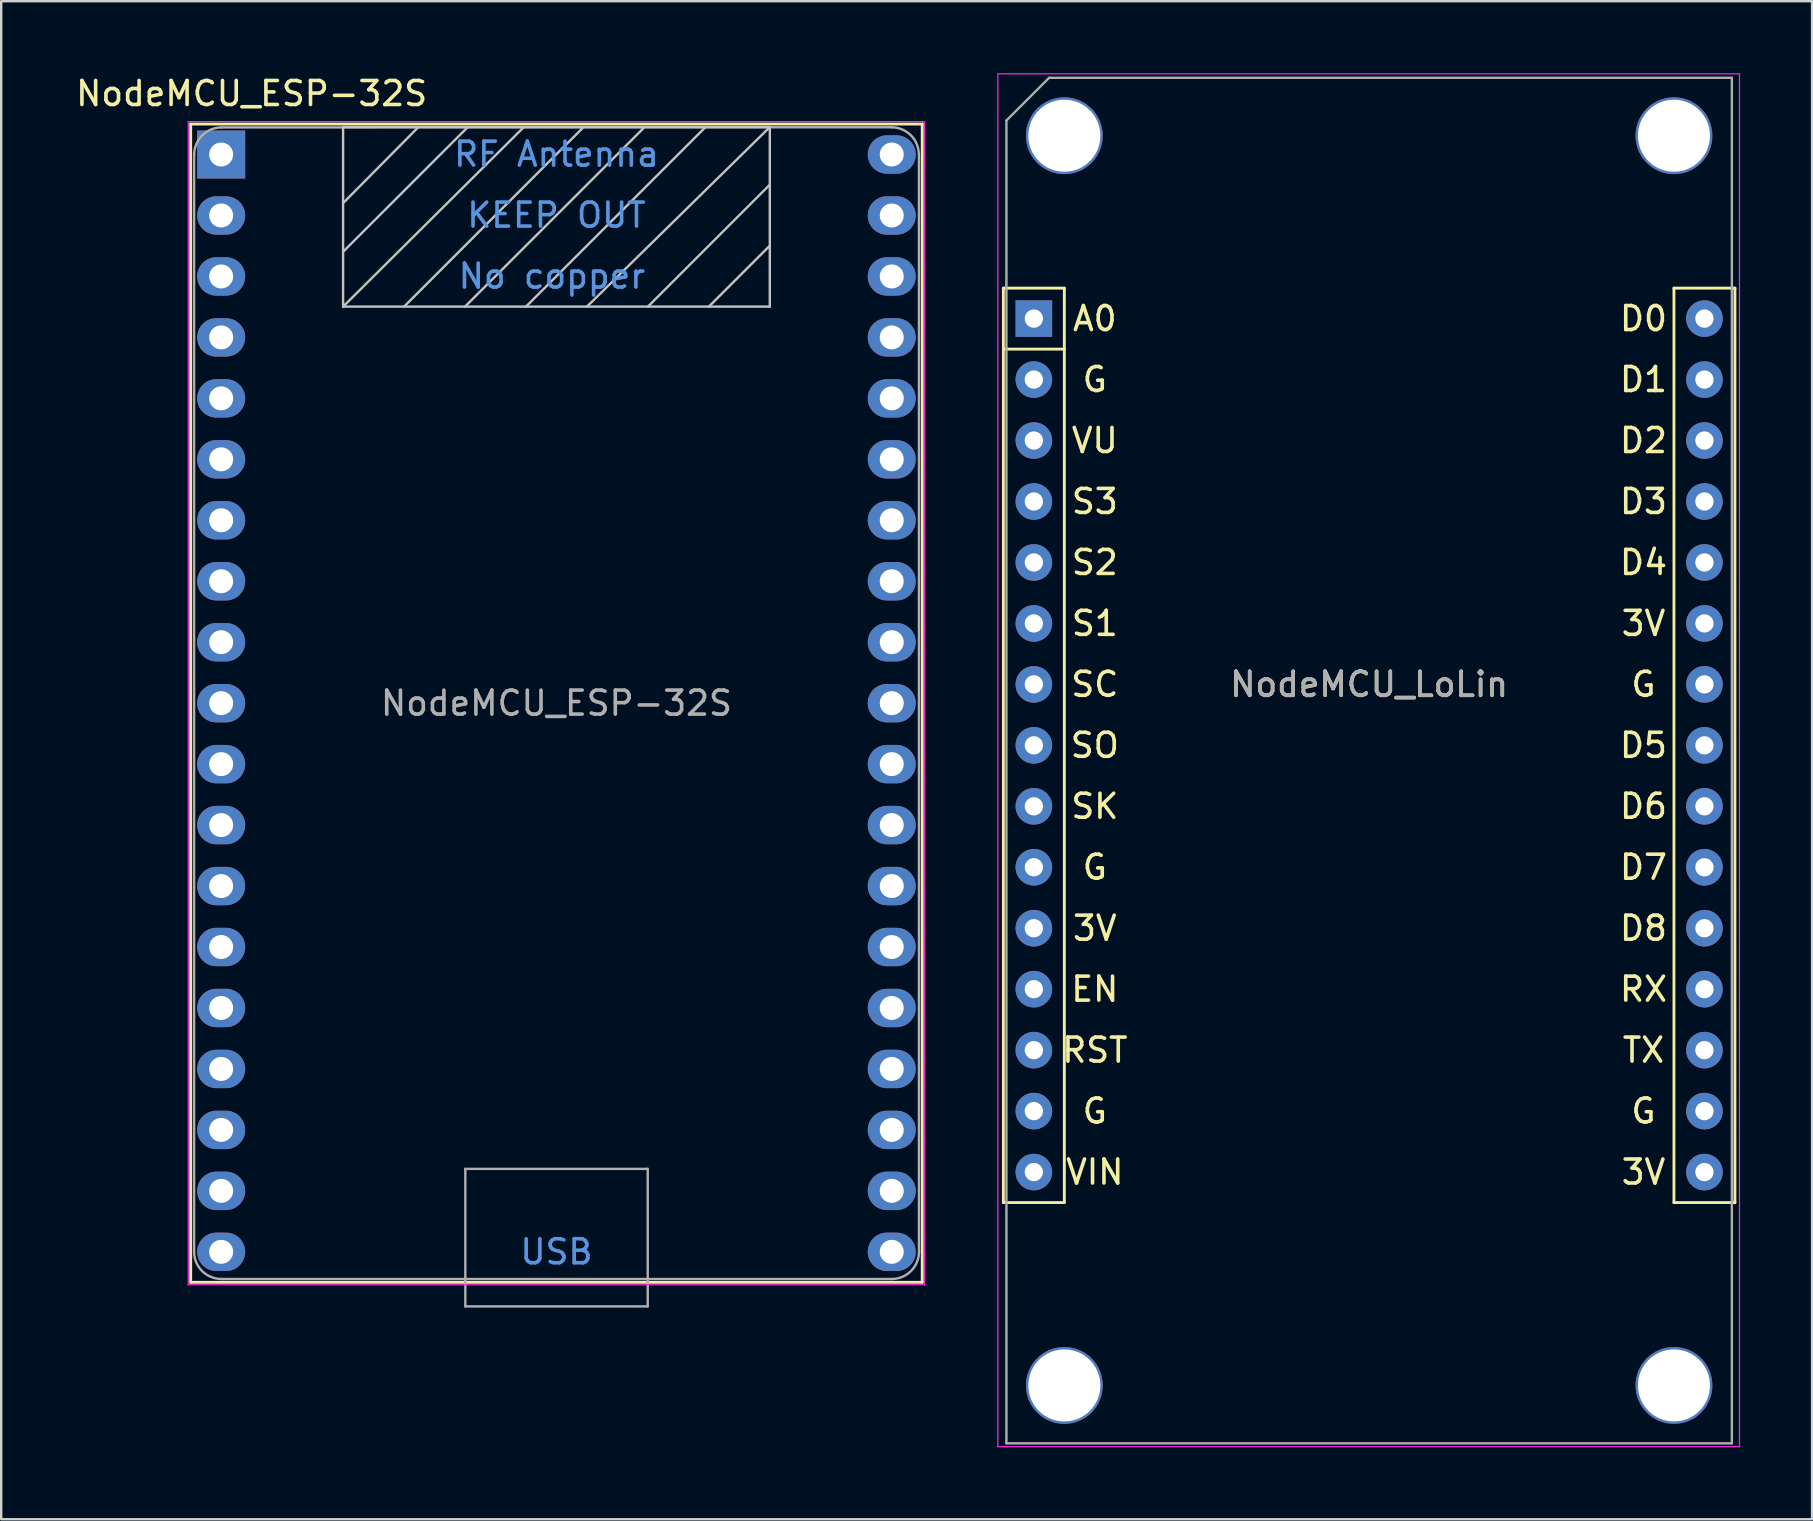
<source format=kicad_pcb>
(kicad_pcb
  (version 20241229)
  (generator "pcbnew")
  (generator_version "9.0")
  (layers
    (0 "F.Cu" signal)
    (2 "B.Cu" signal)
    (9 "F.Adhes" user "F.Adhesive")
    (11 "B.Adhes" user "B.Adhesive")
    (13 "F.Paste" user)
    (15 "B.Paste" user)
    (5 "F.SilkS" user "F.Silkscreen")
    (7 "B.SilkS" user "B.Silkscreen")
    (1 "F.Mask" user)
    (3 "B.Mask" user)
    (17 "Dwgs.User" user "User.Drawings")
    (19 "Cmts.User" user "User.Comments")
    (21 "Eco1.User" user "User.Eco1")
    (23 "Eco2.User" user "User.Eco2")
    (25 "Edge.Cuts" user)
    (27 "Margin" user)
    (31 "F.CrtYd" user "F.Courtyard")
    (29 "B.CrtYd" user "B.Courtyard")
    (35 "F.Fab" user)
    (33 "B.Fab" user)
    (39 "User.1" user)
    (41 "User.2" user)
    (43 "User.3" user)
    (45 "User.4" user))
  (footprint "NodeMCU_LoLin"
    (layer "F.Cu")
    (at 40.026 10.225)
    (property "Reference" "NodeMCU_LoLin" (at 13.97 15.24 0) (layer "F.SilkS") (effects (font (size 1 1) (thickness 0.15))))
    (attr through_hole)
    (fp_line (start -1.27 -1.27) (end 1.27 -1.27) (stroke (width 0.12) (type solid)) (layer "F.SilkS"))
    (fp_line (start -1.27 1.27) (end 1.27 1.27) (stroke (width 0.12) (type solid)) (layer "F.SilkS"))
    (fp_line (start -1.27 36.83) (end -1.27 -1.27) (stroke (width 0.12) (type solid)) (layer "F.SilkS"))
    (fp_line (start 1.27 -1.27) (end 1.27 36.83) (stroke (width 0.12) (type solid)) (layer "F.SilkS"))
    (fp_line (start 1.27 36.83) (end -1.27 36.83) (stroke (width 0.12) (type solid)) (layer "F.SilkS"))
    (fp_line (start 26.67 -1.27) (end 29.21 -1.27) (stroke (width 0.12) (type solid)) (layer "F.SilkS"))
    (fp_line (start 26.67 36.83) (end 26.67 -1.27) (stroke (width 0.12) (type solid)) (layer "F.SilkS"))
    (fp_line (start 29.21 -1.27) (end 29.21 36.83) (stroke (width 0.12) (type solid)) (layer "F.SilkS"))
    (fp_line (start 29.21 36.83) (end 26.67 36.83) (stroke (width 0.12) (type solid)) (layer "F.SilkS"))
    (fp_line (start -1.5 -10.2) (end -1.5 47) (stroke (width 0.05) (type solid)) (layer "F.CrtYd"))
    (fp_line (start -1.5 47) (end 29.4 47) (stroke (width 0.05) (type solid)) (layer "F.CrtYd"))
    (fp_line (start 29.4 -10.2) (end -1.5 -10.2) (stroke (width 0.05) (type solid)) (layer "F.CrtYd"))
    (fp_line (start 29.4 47) (end 29.4 -10.2) (stroke (width 0.05) (type solid)) (layer "F.CrtYd"))
    (fp_line (start -1.143 -8.255) (end -1.143 46.863) (stroke (width 0.1) (type solid)) (layer "F.Fab"))
    (fp_line (start -1.143 -8.255) (end 0.635 -10.033) (stroke (width 0.1) (type solid)) (layer "F.Fab"))
    (fp_line (start -1.143 46.863) (end 29.083 46.863) (stroke (width 0.1) (type solid)) (layer "F.Fab"))
    (fp_line (start 29.083 -10.033) (end 0.635 -10.033) (stroke (width 0.1) (type solid)) (layer "F.Fab"))
    (fp_line (start 29.083 46.863) (end 29.083 -10.033) (stroke (width 0.1) (type solid)) (layer "F.Fab"))
    (fp_text user "VU" (at 2.54 5.08 0) (layer "F.SilkS") (effects (font (size 1 1) (thickness 0.15))))
    (fp_text user "G" (at 25.4 15.24 0) (layer "F.SilkS") (effects (font (size 1 1) (thickness 0.15))))
    (fp_text user "G" (at 2.54 2.54 0) (layer "F.SilkS") (effects (font (size 1 1) (thickness 0.15))))
    (fp_text user "S1" (at 2.54 12.7 0) (layer "F.SilkS") (effects (font (size 1 1) (thickness 0.15))))
    (fp_text user "3V" (at 2.54 25.4 0) (layer "F.SilkS") (effects (font (size 1 1) (thickness 0.15))))
    (fp_text user "EN" (at 2.54 27.94 0) (layer "F.SilkS") (effects (font (size 1 1) (thickness 0.15))))
    (fp_text user "VIN" (at 2.54 35.56 0) (layer "F.SilkS") (effects (font (size 1 1) (thickness 0.15))))
    (fp_text user "3V" (at 25.4 35.56 0) (layer "F.SilkS") (effects (font (size 1 1) (thickness 0.15))))
    (fp_text user "G" (at 2.54 33.02 0) (layer "F.SilkS") (effects (font (size 1 1) (thickness 0.15))))
    (fp_text user "SC" (at 2.54 15.24 0) (layer "F.SilkS") (effects (font (size 1 1) (thickness 0.15))))
    (fp_text user "SO" (at 2.54 17.78 0) (layer "F.SilkS") (effects (font (size 1 1) (thickness 0.15))))
    (fp_text user "D8" (at 25.4 25.4 0) (layer "F.SilkS") (effects (font (size 1 1) (thickness 0.15))))
    (fp_text user "D6" (at 25.4 20.32 0) (layer "F.SilkS") (effects (font (size 1 1) (thickness 0.15))))
    (fp_text user "D2" (at 25.4 5.08 0) (layer "F.SilkS") (effects (font (size 1 1) (thickness 0.15))))
    (fp_text user "D3" (at 25.4 7.62 0) (layer "F.SilkS") (effects (font (size 1 1) (thickness 0.15))))
    (fp_text user "A0" (at 2.54 0 0) (layer "F.SilkS") (effects (font (size 1 1) (thickness 0.15))))
    (fp_text user "G" (at 2.54 22.86 0) (layer "F.SilkS") (effects (font (size 1 1) (thickness 0.15))))
    (fp_text user "RX" (at 25.4 27.94 0) (layer "F.SilkS") (effects (font (size 1 1) (thickness 0.15))))
    (fp_text user "S2" (at 2.54 10.16 0) (layer "F.SilkS") (effects (font (size 1 1) (thickness 0.15))))
    (fp_text user "3V" (at 25.4 12.7 0) (layer "F.SilkS") (effects (font (size 1 1) (thickness 0.15))))
    (fp_text user "D1" (at 25.4 2.54 0) (layer "F.SilkS") (effects (font (size 1 1) (thickness 0.15))))
    (fp_text user "D0" (at 25.4 0 0) (layer "F.SilkS") (effects (font (size 1 1) (thickness 0.15))))
    (fp_text user "SK" (at 2.54 20.32 0) (layer "F.SilkS") (effects (font (size 1 1) (thickness 0.15))))
    (fp_text user "G" (at 25.4 33.02 0) (layer "F.SilkS") (effects (font (size 1 1) (thickness 0.15))))
    (fp_text user "RST" (at 2.54 30.48 0) (layer "F.SilkS") (effects (font (size 1 1) (thickness 0.15))))
    (fp_text user "D7" (at 25.4 22.86 0) (layer "F.SilkS") (effects (font (size 1 1) (thickness 0.15))))
    (fp_text user "TX" (at 25.4 30.48 0) (layer "F.SilkS") (effects (font (size 1 1) (thickness 0.15))))
    (fp_text user "S3" (at 2.54 7.62 0) (layer "F.SilkS") (effects (font (size 1 1) (thickness 0.15))))
    (fp_text user "D4" (at 25.4 10.16 0) (layer "F.SilkS") (effects (font (size 1 1) (thickness 0.15))))
    (fp_text user "D5" (at 25.4 17.78 0) (layer "F.SilkS") (effects (font (size 1 1) (thickness 0.15))))
    (fp_text user "${REFERENCE}" (at 13.97 15.24 0) (layer "F.Fab") (effects (font (size 1 1) (thickness 0.15))))
    (pad "" np_thru_hole circle (at 1.27 -7.62) (size 3.2 3.2) (drill 3) (layers "*.Cu" "*.Mask"))
    (pad "" np_thru_hole circle (at 1.27 44.45) (size 3.2 3.2) (drill 3) (layers "*.Cu" "*.Mask"))
    (pad "" np_thru_hole circle (at 26.67 -7.62) (size 3.2 3.2) (drill 3) (layers "*.Cu" "*.Mask"))
    (pad "" np_thru_hole circle (at 26.67 44.45) (size 3.2 3.2) (drill 3) (layers "*.Cu" "*.Mask"))
    (pad "1" thru_hole rect (at 0 0) (size 1.524 1.524) (drill 0.762) (layers "*.Cu" "*.Mask"))
    (pad "2" thru_hole circle (at 0 2.54) (size 1.524 1.524) (drill 0.762) (layers "*.Cu" "*.Mask"))
    (pad "3" thru_hole circle (at 0 5.08) (size 1.524 1.524) (drill 0.762) (layers "*.Cu" "*.Mask"))
    (pad "4" thru_hole circle (at 0 7.62) (size 1.524 1.524) (drill 0.762) (layers "*.Cu" "*.Mask"))
    (pad "5" thru_hole circle (at 0 10.16) (size 1.524 1.524) (drill 0.762) (layers "*.Cu" "*.Mask"))
    (pad "6" thru_hole circle (at 0 12.7) (size 1.524 1.524) (drill 0.762) (layers "*.Cu" "*.Mask"))
    (pad "7" thru_hole circle (at 0 15.24) (size 1.524 1.524) (drill 0.762) (layers "*.Cu" "*.Mask"))
    (pad "8" thru_hole circle (at 0 17.78) (size 1.524 1.524) (drill 0.762) (layers "*.Cu" "*.Mask"))
    (pad "9" thru_hole circle (at 0 20.32) (size 1.524 1.524) (drill 0.762) (layers "*.Cu" "*.Mask"))
    (pad "10" thru_hole circle (at 0 22.86) (size 1.524 1.524) (drill 0.762) (layers "*.Cu" "*.Mask"))
    (pad "11" thru_hole circle (at 0 25.4) (size 1.524 1.524) (drill 0.762) (layers "*.Cu" "*.Mask"))
    (pad "12" thru_hole circle (at 0 27.94) (size 1.524 1.524) (drill 0.762) (layers "*.Cu" "*.Mask"))
    (pad "13" thru_hole circle (at 0 30.48) (size 1.524 1.524) (drill 0.762) (layers "*.Cu" "*.Mask"))
    (pad "14" thru_hole circle (at 0 33.02) (size 1.524 1.524) (drill 0.762) (layers "*.Cu" "*.Mask"))
    (pad "15" thru_hole circle (at 0 35.56) (size 1.524 1.524) (drill 0.762) (layers "*.Cu" "*.Mask"))
    (pad "16" thru_hole circle (at 27.94 35.56) (size 1.524 1.524) (drill 0.762) (layers "*.Cu" "*.Mask"))
    (pad "17" thru_hole circle (at 27.94 33.02) (size 1.524 1.524) (drill 0.762) (layers "*.Cu" "*.Mask"))
    (pad "18" thru_hole circle (at 27.94 30.48) (size 1.524 1.524) (drill 0.762) (layers "*.Cu" "*.Mask"))
    (pad "19" thru_hole circle (at 27.94 27.94) (size 1.524 1.524) (drill 0.762) (layers "*.Cu" "*.Mask"))
    (pad "20" thru_hole circle (at 27.94 25.4) (size 1.524 1.524) (drill 0.762) (layers "*.Cu" "*.Mask"))
    (pad "21" thru_hole circle (at 27.94 22.86) (size 1.524 1.524) (drill 0.762) (layers "*.Cu" "*.Mask"))
    (pad "22" thru_hole circle (at 27.94 20.32) (size 1.524 1.524) (drill 0.762) (layers "*.Cu" "*.Mask"))
    (pad "23" thru_hole circle (at 27.94 17.78) (size 1.524 1.524) (drill 0.762) (layers "*.Cu" "*.Mask"))
    (pad "24" thru_hole circle (at 27.94 15.24) (size 1.524 1.524) (drill 0.762) (layers "*.Cu" "*.Mask"))
    (pad "25" thru_hole circle (at 27.94 12.7) (size 1.524 1.524) (drill 0.762) (layers "*.Cu" "*.Mask"))
    (pad "26" thru_hole circle (at 27.94 10.16) (size 1.524 1.524) (drill 0.762) (layers "*.Cu" "*.Mask"))
    (pad "27" thru_hole circle (at 27.94 7.62) (size 1.524 1.524) (drill 0.762) (layers "*.Cu" "*.Mask"))
    (pad "28" thru_hole circle (at 27.94 5.08) (size 1.524 1.524) (drill 0.762) (layers "*.Cu" "*.Mask"))
    (pad "29" thru_hole circle (at 27.94 2.54) (size 1.524 1.524) (drill 0.762) (layers "*.Cu" "*.Mask"))
    (pad "30" thru_hole circle (at 27.94 0) (size 1.524 1.524) (drill 0.762) (layers "*.Cu" "*.Mask")))
  (footprint "NodeMCU_ESP-32S"
    (layer "F.Cu")
    (at 6.165 3.388)
    (property "Reference" "NodeMCU_ESP-32S" (at 1.27 -2.54 0) (layer "F.SilkS") (effects (font (size 1 1) (thickness 0.15))))
    (attr through_hole)
    (fp_line (start -1.27 -1.27) (end -1.27 46.99) (stroke (width 0.12) (type solid)) (layer "F.SilkS"))
    (fp_line (start 29.21 -1.27) (end -1.27 -1.27) (stroke (width 0.12) (type solid)) (layer "F.SilkS"))
    (fp_line (start 29.21 -1.27) (end 29.21 46.99) (stroke (width 0.12) (type solid)) (layer "F.SilkS"))
    (fp_line (start 29.21 46.99) (end -1.27 46.99) (stroke (width 0.12) (type solid)) (layer "F.SilkS"))
    (fp_line (start 5.075 2.03) (end 8.204 -1.13) (stroke (width 0.1) (type solid)) (layer "Dwgs.User"))
    (fp_line (start 5.08 -1.143) (end 5.08 6.337) (stroke (width 0.1) (type solid)) (layer "Dwgs.User"))
    (fp_line (start 5.08 -1.143) (end 22.86 -1.143) (stroke (width 0.1) (type solid)) (layer "Dwgs.User"))
    (fp_line (start 5.08 4.051) (end 10.262 -1.13) (stroke (width 0.1) (type solid)) (layer "Dwgs.User"))
    (fp_line (start 5.08 6.337) (end 12.598 -1.13) (stroke (width 0.1) (type solid)) (layer "Dwgs.User"))
    (fp_line (start 5.08 6.337) (end 22.86 6.337) (stroke (width 0.1) (type solid)) (layer "Dwgs.User"))
    (fp_line (start 7.62 6.337) (end 15.05 -1.092) (stroke (width 0.1) (type solid)) (layer "Dwgs.User"))
    (fp_line (start 10.16 6.337) (end 17.59 -1.092) (stroke (width 0.1) (type solid)) (layer "Dwgs.User"))
    (fp_line (start 12.7 6.337) (end 20.193 -1.156) (stroke (width 0.1) (type solid)) (layer "Dwgs.User"))
    (fp_line (start 15.24 6.337) (end 22.86 -1.143) (stroke (width 0.1) (type solid)) (layer "Dwgs.User"))
    (fp_line (start 17.78 6.337) (end 22.86 1.257) (stroke (width 0.1) (type solid)) (layer "Dwgs.User"))
    (fp_line (start 20.32 6.337) (end 22.86 3.797) (stroke (width 0.1) (type solid)) (layer "Dwgs.User"))
    (fp_line (start 22.86 -1.143) (end 22.86 6.337) (stroke (width 0.1) (type solid)) (layer "Dwgs.User"))
    (fp_line (start -1.372 47.092) (end -1.372 -1.372) (stroke (width 0.05) (type solid)) (layer "F.CrtYd"))
    (fp_line (start 29.312 -1.372) (end -1.372 -1.372) (stroke (width 0.05) (type solid)) (layer "F.CrtYd"))
    (fp_line (start 29.312 47.092) (end -1.372 47.092) (stroke (width 0.05) (type solid)) (layer "F.CrtYd"))
    (fp_line (start 29.312 47.092) (end 29.312 -1.372) (stroke (width 0.05) (type solid)) (layer "F.CrtYd"))
    (fp_line (start -1.127 0.003) (end -1.127 45.723) (stroke (width 0.1) (type solid)) (layer "F.Fab"))
    (fp_line (start 10.173 42.263) (end 17.773 42.263) (stroke (width 0.1) (type solid)) (layer "F.Fab"))
    (fp_line (start 10.173 47.993) (end 10.173 42.263) (stroke (width 0.1) (type solid)) (layer "F.Fab"))
    (fp_line (start 17.605 46.853) (end 0.003 46.853) (stroke (width 0.1) (type solid)) (layer "F.Fab"))
    (fp_line (start 17.773 42.263) (end 17.773 47.993) (stroke (width 0.1) (type solid)) (layer "F.Fab"))
    (fp_line (start 17.773 47.993) (end 10.173 47.993) (stroke (width 0.1) (type solid)) (layer "F.Fab"))
    (fp_line (start 27.943 -1.135) (end 0.013 -1.13) (stroke (width 0.1) (type solid)) (layer "F.Fab"))
    (fp_line (start 27.953 46.853) (end 17.605 46.853) (stroke (width 0.1) (type solid)) (layer "F.Fab"))
    (fp_line (start 29.073 -0.007) (end 29.073 45.713) (stroke (width 0.1) (type solid)) (layer "F.Fab"))
    (fp_arc (start -1.12506 0.00838) (mid -0.793252 -0.793893) (end 0.007791 -1.12866) (stroke (width 0.1) (type solid)) (layer "F.Fab"))
    (fp_arc (start 0.00778 46.85106) (mid -0.794489 46.519256) (end -1.12926 45.71822) (stroke (width 0.1) (type solid)) (layer "F.Fab"))
    (fp_arc (start 27.93254 -1.13462) (mid 28.734813 -0.802812) (end 29.06958 -0.001769) (stroke (width 0.1) (type solid)) (layer "F.Fab"))
    (fp_arc (start 29.07579 45.713303) (mid 28.747598 46.513194) (end 27.9527 46.8533) (stroke (width 0.1) (type solid)) (layer "F.Fab"))
    (fp_text user "No copper" (at 13.78 5.067 0) (layer "Cmts.User") (effects (font (size 1 1) (thickness 0.15))))
    (fp_text user "KEEP OUT" (at 13.97 2.527 0) (layer "Cmts.User") (effects (font (size 1 1) (thickness 0.15))))
    (fp_text user "USB" (at 13.97 45.72 0) (layer "Cmts.User") (effects (font (size 1 1) (thickness 0.15))))
    (fp_text user "RF Antenna" (at 13.97 -0.013 0) (layer "Cmts.User") (effects (font (size 1 1) (thickness 0.15))))
    (fp_text user "${REFERENCE}" (at 13.97 22.86 0) (layer "F.Fab") (effects (font (size 1 1) (thickness 0.15))))
    (pad "1" thru_hole rect (at 0 0) (size 2 2) (drill 1) (layers "*.Cu" "*.Mask"))
    (pad "2" thru_hole oval (at 0 2.54) (size 2 1.6) (drill 1) (layers "*.Cu" "*.Mask"))
    (pad "3" thru_hole oval (at 0 5.08) (size 2 1.6) (drill 1) (layers "*.Cu" "*.Mask"))
    (pad "4" thru_hole oval (at 0 7.62) (size 2 1.6) (drill 1) (layers "*.Cu" "*.Mask"))
    (pad "5" thru_hole oval (at 0 10.16) (size 2 1.6) (drill 1) (layers "*.Cu" "*.Mask"))
    (pad "6" thru_hole oval (at 0 12.7) (size 2 1.6) (drill 1) (layers "*.Cu" "*.Mask"))
    (pad "7" thru_hole oval (at 0 15.24) (size 2 1.6) (drill 1) (layers "*.Cu" "*.Mask"))
    (pad "8" thru_hole oval (at 0 17.78) (size 2 1.6) (drill 1) (layers "*.Cu" "*.Mask"))
    (pad "9" thru_hole oval (at 0 20.32) (size 2 1.6) (drill 1) (layers "*.Cu" "*.Mask"))
    (pad "10" thru_hole oval (at 0 22.86) (size 2 1.6) (drill 1) (layers "*.Cu" "*.Mask"))
    (pad "11" thru_hole oval (at 0 25.4) (size 2 1.6) (drill 1) (layers "*.Cu" "*.Mask"))
    (pad "12" thru_hole oval (at 0 27.94) (size 2 1.6) (drill 1) (layers "*.Cu" "*.Mask"))
    (pad "13" thru_hole oval (at 0 30.48) (size 2 1.6) (drill 1) (layers "*.Cu" "*.Mask"))
    (pad "14" thru_hole oval (at 0 33.02) (size 2 1.6) (drill 1) (layers "*.Cu" "*.Mask"))
    (pad "15" thru_hole oval (at 0 35.56) (size 2 1.6) (drill 1) (layers "*.Cu" "*.Mask"))
    (pad "16" thru_hole oval (at 0 38.1) (size 2 1.6) (drill 1) (layers "*.Cu" "*.Mask"))
    (pad "17" thru_hole oval (at 0 40.64) (size 2 1.6) (drill 1) (layers "*.Cu" "*.Mask"))
    (pad "18" thru_hole oval (at 0 43.18) (size 2 1.6) (drill 1) (layers "*.Cu" "*.Mask"))
    (pad "19" thru_hole oval (at 0 45.72) (size 2 1.6) (drill 1) (layers "*.Cu" "*.Mask"))
    (pad "20" thru_hole oval (at 27.94 45.72) (size 2 1.6) (drill 1) (layers "*.Cu" "*.Mask"))
    (pad "21" thru_hole oval (at 27.94 43.18) (size 2 1.6) (drill 1) (layers "*.Cu" "*.Mask"))
    (pad "22" thru_hole oval (at 27.94 40.64) (size 2 1.6) (drill 1) (layers "*.Cu" "*.Mask"))
    (pad "23" thru_hole oval (at 27.94 38.1) (size 2 1.6) (drill 1) (layers "*.Cu" "*.Mask"))
    (pad "24" thru_hole oval (at 27.94 35.56) (size 2 1.6) (drill 1) (layers "*.Cu" "*.Mask"))
    (pad "25" thru_hole oval (at 27.94 33.02) (size 2 1.6) (drill 1) (layers "*.Cu" "*.Mask"))
    (pad "26" thru_hole oval (at 27.94 30.48) (size 2 1.6) (drill 1) (layers "*.Cu" "*.Mask"))
    (pad "27" thru_hole oval (at 27.94 27.94) (size 2 1.6) (drill 1) (layers "*.Cu" "*.Mask"))
    (pad "28" thru_hole oval (at 27.94 25.4) (size 2 1.6) (drill 1) (layers "*.Cu" "*.Mask"))
    (pad "29" thru_hole oval (at 27.94 22.86) (size 2 1.6) (drill 1) (layers "*.Cu" "*.Mask"))
    (pad "30" thru_hole oval (at 27.94 20.32) (size 2 1.6) (drill 1) (layers "*.Cu" "*.Mask"))
    (pad "31" thru_hole oval (at 27.94 17.78) (size 2 1.6) (drill 1) (layers "*.Cu" "*.Mask"))
    (pad "32" thru_hole oval (at 27.94 15.24) (size 2 1.6) (drill 1) (layers "*.Cu" "*.Mask"))
    (pad "33" thru_hole oval (at 27.94 12.7) (size 2 1.6) (drill 1) (layers "*.Cu" "*.Mask"))
    (pad "34" thru_hole oval (at 27.94 10.16) (size 2 1.6) (drill 1) (layers "*.Cu" "*.Mask"))
    (pad "35" thru_hole oval (at 27.94 7.62) (size 2 1.6) (drill 1) (layers "*.Cu" "*.Mask"))
    (pad "36" thru_hole oval (at 27.94 5.08) (size 2 1.6) (drill 1) (layers "*.Cu" "*.Mask"))
    (pad "37" thru_hole oval (at 27.94 2.54) (size 2 1.6) (drill 1) (layers "*.Cu" "*.Mask"))
    (pad "38" thru_hole oval (at 27.94 0) (size 2 1.6) (drill 1) (layers "*.Cu" "*.Mask")))
  (gr_rect
    (start -3 -3)
    (end 72.451 60.25)
    (stroke (width 0.1) (type default))
    (fill no)
    (layer "Edge.Cuts")))
</source>
